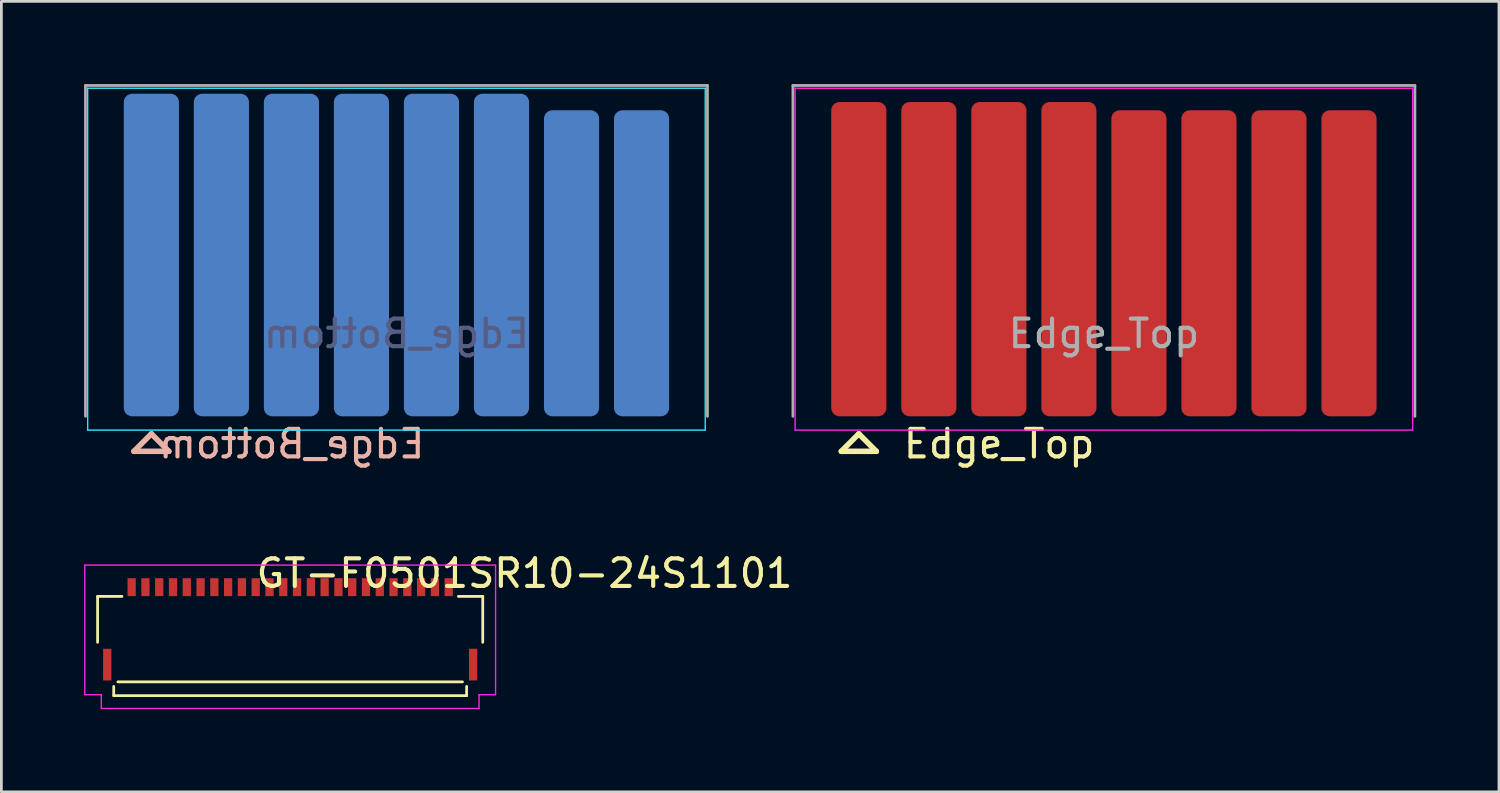
<source format=kicad_pcb>
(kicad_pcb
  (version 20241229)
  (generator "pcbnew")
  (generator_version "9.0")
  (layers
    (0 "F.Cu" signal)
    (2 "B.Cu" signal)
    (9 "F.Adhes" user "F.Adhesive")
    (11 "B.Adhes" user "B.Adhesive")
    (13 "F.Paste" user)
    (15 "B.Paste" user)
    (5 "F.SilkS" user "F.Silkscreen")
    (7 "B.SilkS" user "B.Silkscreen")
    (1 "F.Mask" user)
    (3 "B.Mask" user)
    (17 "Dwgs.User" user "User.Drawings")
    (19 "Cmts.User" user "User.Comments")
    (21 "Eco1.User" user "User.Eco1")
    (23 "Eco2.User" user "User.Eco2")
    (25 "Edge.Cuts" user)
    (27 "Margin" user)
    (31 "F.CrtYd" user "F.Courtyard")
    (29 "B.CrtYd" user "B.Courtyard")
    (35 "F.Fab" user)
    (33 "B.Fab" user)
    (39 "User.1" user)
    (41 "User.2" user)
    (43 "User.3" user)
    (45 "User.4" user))
  (footprint "Edge_Top"
    (layer "F.Cu")
    (at 36.99 12.05)
    (property "Reference" "Edge_Top" (at -3.8 1 0) (unlocked yes) (layer "F.SilkS") (effects (font (size 1 1) (thickness 0.15))))
    (attr smd)
    (fp_line (start -9.525 1.27) (end -8.255 1.27) (stroke (width 0.2) (type solid)) (layer "F.SilkS"))
    (fp_line (start -8.89 0.635) (end -9.525 1.27) (stroke (width 0.2) (type solid)) (layer "F.SilkS"))
    (fp_line (start -8.255 1.27) (end -8.89 0.635) (stroke (width 0.2) (type solid)) (layer "F.SilkS"))
    (fp_line (start -11.2 -11.9) (end -11.2 0.5) (stroke (width 0.05) (type default)) (layer "F.CrtYd"))
    (fp_line (start -11.2 0.5) (end 11.2 0.5) (stroke (width 0.05) (type default)) (layer "F.CrtYd"))
    (fp_line (start 11.2 -11.9) (end -11.2 -11.9) (stroke (width 0.05) (type default)) (layer "F.CrtYd"))
    (fp_line (start 11.2 0.5) (end 11.2 -11.9) (stroke (width 0.05) (type default)) (layer "F.CrtYd"))
    (fp_line (start -11.28 -12) (end 11.28 -12) (stroke (width 0.1) (type solid)) (layer "F.Fab"))
    (fp_line (start -11.28 0) (end -11.28 -12) (stroke (width 0.1) (type solid)) (layer "F.Fab"))
    (fp_line (start 11.28 0) (end 11.28 -12) (stroke (width 0.1) (type solid)) (layer "F.Fab"))
    (fp_text user "${REFERENCE}" (at 0 -3 0) (unlocked yes) (layer "F.Fab") (effects (font (size 1 1) (thickness 0.15))))
    (pad "1" smd roundrect (at -8.89 -5.7) (size 2 11.4) (layers "F.Cu" "F.Mask" "F.Paste") (roundrect_rratio 0.15))
    (pad "2" smd roundrect (at -6.35 -5.7) (size 2 11.4) (layers "F.Cu" "F.Mask" "F.Paste") (roundrect_rratio 0.15))
    (pad "3" smd roundrect (at -3.81 -5.7) (size 2 11.4) (layers "F.Cu" "F.Mask" "F.Paste") (roundrect_rratio 0.15))
    (pad "4" smd roundrect (at -1.27 -5.7) (size 2 11.4) (layers "F.Cu" "F.Mask" "F.Paste") (roundrect_rratio 0.15))
    (pad "5" smd roundrect (at 1.27 -5.55) (size 2 11.1) (layers "F.Cu" "F.Mask" "F.Paste") (roundrect_rratio 0.15))
    (pad "6" smd roundrect (at 3.81 -5.55) (size 2 11.1) (layers "F.Cu" "F.Mask" "F.Paste") (roundrect_rratio 0.15))
    (pad "7" smd roundrect (at 6.35 -5.55) (size 2 11.1) (layers "F.Cu" "F.Mask" "F.Paste") (roundrect_rratio 0.15))
    (pad "8" smd roundrect (at 8.89 -5.55) (size 2 11.1) (layers "F.Cu" "F.Mask" "F.Paste") (roundrect_rratio 0.15)))
  (footprint "GT-F0501SR10-24S1101"
    (layer "F.Cu")
    (at 7.475 18.247)
    (property "Reference" "GT-F0501SR10-24S1101" (at 8.5 -0.5 0) (layer "F.SilkS") (effects (font (size 1 1) (thickness 0.15))))
    (attr smd)
    (fp_line (start -6.985 0.335) (end -6.1 0.335) (stroke (width 0.1) (type solid)) (layer "F.SilkS"))
    (fp_line (start -6.985 2) (end -6.985 0.335) (stroke (width 0.1) (type solid)) (layer "F.SilkS"))
    (fp_line (start -6.4 3.6) (end -6.4 3.935) (stroke (width 0.1) (type default)) (layer "F.SilkS"))
    (fp_line (start -6.4 3.935) (end 6.4 3.935) (stroke (width 0.1) (type solid)) (layer "F.SilkS"))
    (fp_line (start -6.25 3.435) (end 6.25 3.435) (stroke (width 0.1) (type solid)) (layer "F.SilkS"))
    (fp_line (start 6.4 3.6) (end 6.4 3.935) (stroke (width 0.1) (type default)) (layer "F.SilkS"))
    (fp_line (start 6.985 0.335) (end 6.1 0.335) (stroke (width 0.1) (type solid)) (layer "F.SilkS"))
    (fp_line (start 6.985 2) (end 6.985 0.335) (stroke (width 0.1) (type solid)) (layer "F.SilkS"))
    (fp_line (start -7.45 -0.8) (end -7.45 3.9) (stroke (width 0.05) (type solid)) (layer "F.CrtYd"))
    (fp_line (start -7.45 -0.8) (end 7.45 -0.8) (stroke (width 0.05) (type default)) (layer "F.CrtYd"))
    (fp_line (start -7.45 3.9) (end -6.85 3.9) (stroke (width 0.05) (type solid)) (layer "F.CrtYd"))
    (fp_line (start -6.85 3.9) (end -6.85 4.4) (stroke (width 0.05) (type solid)) (layer "F.CrtYd"))
    (fp_line (start -6.85 4.4) (end 6.85 4.4) (stroke (width 0.05) (type solid)) (layer "F.CrtYd"))
    (fp_line (start 6.85 3.9) (end 6.85 4.4) (stroke (width 0.05) (type solid)) (layer "F.CrtYd"))
    (fp_line (start 6.85 3.9) (end 7.45 3.9) (stroke (width 0.05) (type solid)) (layer "F.CrtYd"))
    (fp_line (start 7.45 -0.8) (end 7.45 3.9) (stroke (width 0.05) (type solid)) (layer "F.CrtYd"))
    (pad "1" smd rect (at -5.75 0) (size 0.3 0.65) (layers "F.Cu" "F.Mask" "F.Paste"))
    (pad "2" smd rect (at -5.25 0) (size 0.3 0.65) (layers "F.Cu" "F.Mask" "F.Paste"))
    (pad "3" smd rect (at -4.75 0) (size 0.3 0.65) (layers "F.Cu" "F.Mask" "F.Paste"))
    (pad "4" smd rect (at -4.25 0) (size 0.3 0.65) (layers "F.Cu" "F.Mask" "F.Paste"))
    (pad "5" smd rect (at -3.75 0) (size 0.3 0.65) (layers "F.Cu" "F.Mask" "F.Paste"))
    (pad "6" smd rect (at -3.25 0) (size 0.3 0.65) (layers "F.Cu" "F.Mask" "F.Paste"))
    (pad "7" smd rect (at -2.75 0) (size 0.3 0.65) (layers "F.Cu" "F.Mask" "F.Paste"))
    (pad "8" smd rect (at -2.25 0) (size 0.3 0.65) (layers "F.Cu" "F.Mask" "F.Paste"))
    (pad "9" smd rect (at -1.75 0) (size 0.3 0.65) (layers "F.Cu" "F.Mask" "F.Paste"))
    (pad "10" smd rect (at -1.25 0) (size 0.3 0.65) (layers "F.Cu" "F.Mask" "F.Paste"))
    (pad "11" smd rect (at -0.75 0) (size 0.3 0.65) (layers "F.Cu" "F.Mask" "F.Paste"))
    (pad "12" smd rect (at -0.25 0) (size 0.3 0.65) (layers "F.Cu" "F.Mask" "F.Paste"))
    (pad "13" smd rect (at 0.25 0) (size 0.3 0.65) (layers "F.Cu" "F.Mask" "F.Paste"))
    (pad "14" smd rect (at 0.75 0) (size 0.3 0.65) (layers "F.Cu" "F.Mask" "F.Paste"))
    (pad "15" smd rect (at 1.25 0) (size 0.3 0.65) (layers "F.Cu" "F.Mask" "F.Paste"))
    (pad "16" smd rect (at 1.75 0) (size 0.3 0.65) (layers "F.Cu" "F.Mask" "F.Paste"))
    (pad "17" smd rect (at 2.25 0) (size 0.3 0.65) (layers "F.Cu" "F.Mask" "F.Paste"))
    (pad "18" smd rect (at 2.75 0) (size 0.3 0.65) (layers "F.Cu" "F.Mask" "F.Paste"))
    (pad "19" smd rect (at 3.25 0) (size 0.3 0.65) (layers "F.Cu" "F.Mask" "F.Paste"))
    (pad "20" smd rect (at 3.75 0) (size 0.3 0.65) (layers "F.Cu" "F.Mask" "F.Paste"))
    (pad "21" smd rect (at 4.25 0) (size 0.3 0.65) (layers "F.Cu" "F.Mask" "F.Paste"))
    (pad "22" smd rect (at 4.75 0) (size 0.3 0.65) (layers "F.Cu" "F.Mask" "F.Paste"))
    (pad "23" smd rect (at 5.25 0) (size 0.3 0.65) (layers "F.Cu" "F.Mask" "F.Paste"))
    (pad "24" smd rect (at 5.75 0) (size 0.3 0.65) (layers "F.Cu" "F.Mask" "F.Paste"))
    (pad "MP" smd rect (at -6.635 2.81) (size 0.3 1.15) (layers "F.Cu" "F.Mask" "F.Paste"))
    (pad "MP" smd rect (at 6.635 2.81) (size 0.3 1.15) (layers "F.Cu" "F.Mask" "F.Paste")))
  (footprint "Edge_Bottom"
    (layer "F.Cu")
    (at 11.33 12.05)
    (property "Reference" "Edge_Bottom" (at -3.8 1 0) (unlocked yes) (layer "B.SilkS") (effects (font (size 1 1) (thickness 0.15)) (justify mirror)))
    (attr smd)
    (fp_line (start -9.525 1.27) (end -8.255 1.27) (stroke (width 0.2) (type solid)) (layer "B.SilkS"))
    (fp_line (start -8.89 0.635) (end -9.525 1.27) (stroke (width 0.2) (type solid)) (layer "B.SilkS"))
    (fp_line (start -8.255 1.27) (end -8.89 0.635) (stroke (width 0.2) (type solid)) (layer "B.SilkS"))
    (fp_line (start -11.2 -11.9) (end -11.2 0.5) (stroke (width 0.05) (type solid)) (layer "B.CrtYd"))
    (fp_line (start -11.2 0.5) (end 11.2 0.5) (stroke (width 0.05) (type solid)) (layer "B.CrtYd"))
    (fp_line (start 11.2 -11.9) (end -11.2 -11.9) (stroke (width 0.05) (type solid)) (layer "B.CrtYd"))
    (fp_line (start 11.2 0.5) (end 11.2 -11.9) (stroke (width 0.05) (type solid)) (layer "B.CrtYd"))
    (fp_line (start -11.28 -12) (end 11.28 -12) (stroke (width 0.1) (type solid)) (layer "F.Fab"))
    (fp_line (start -11.28 0) (end -11.28 -12) (stroke (width 0.1) (type solid)) (layer "F.Fab"))
    (fp_line (start 11.28 0) (end 11.28 -12) (stroke (width 0.1) (type solid)) (layer "F.Fab"))
    (fp_text user "${REFERENCE}" (at 0 -3 0) (unlocked yes) (layer "B.Fab") (effects (font (size 1 1) (thickness 0.15)) (justify mirror)))
    (pad "1" smd roundrect (at -8.89 -5.85) (size 2 11.7) (layers "B.Cu" "B.Mask" "B.Paste") (roundrect_rratio 0.15))
    (pad "2" smd roundrect (at -6.35 -5.85) (size 2 11.7) (layers "B.Cu" "B.Mask" "B.Paste") (roundrect_rratio 0.15))
    (pad "3" smd roundrect (at -3.81 -5.85) (size 2 11.7) (layers "B.Cu" "B.Mask" "B.Paste") (roundrect_rratio 0.15))
    (pad "4" smd roundrect (at -1.27 -5.85) (size 2 11.7) (layers "B.Cu" "B.Mask" "B.Paste") (roundrect_rratio 0.15))
    (pad "5" smd roundrect (at 1.27 -5.85) (size 2 11.7) (layers "B.Cu" "B.Mask" "B.Paste") (roundrect_rratio 0.15))
    (pad "6" smd roundrect (at 3.81 -5.85) (size 2 11.7) (layers "B.Cu" "B.Mask" "B.Paste") (roundrect_rratio 0.15))
    (pad "7" smd roundrect (at 6.35 -5.55) (size 2 11.1) (layers "B.Cu" "B.Mask" "B.Paste") (roundrect_rratio 0.15))
    (pad "8" smd roundrect (at 8.89 -5.55) (size 2 11.1) (layers "B.Cu" "B.Mask" "B.Paste") (roundrect_rratio 0.15)))
  (gr_rect
    (start -3 -3)
    (end 51.32 25.672)
    (stroke (width 0.1) (type default))
    (fill no)
    (layer "Edge.Cuts")))
</source>
